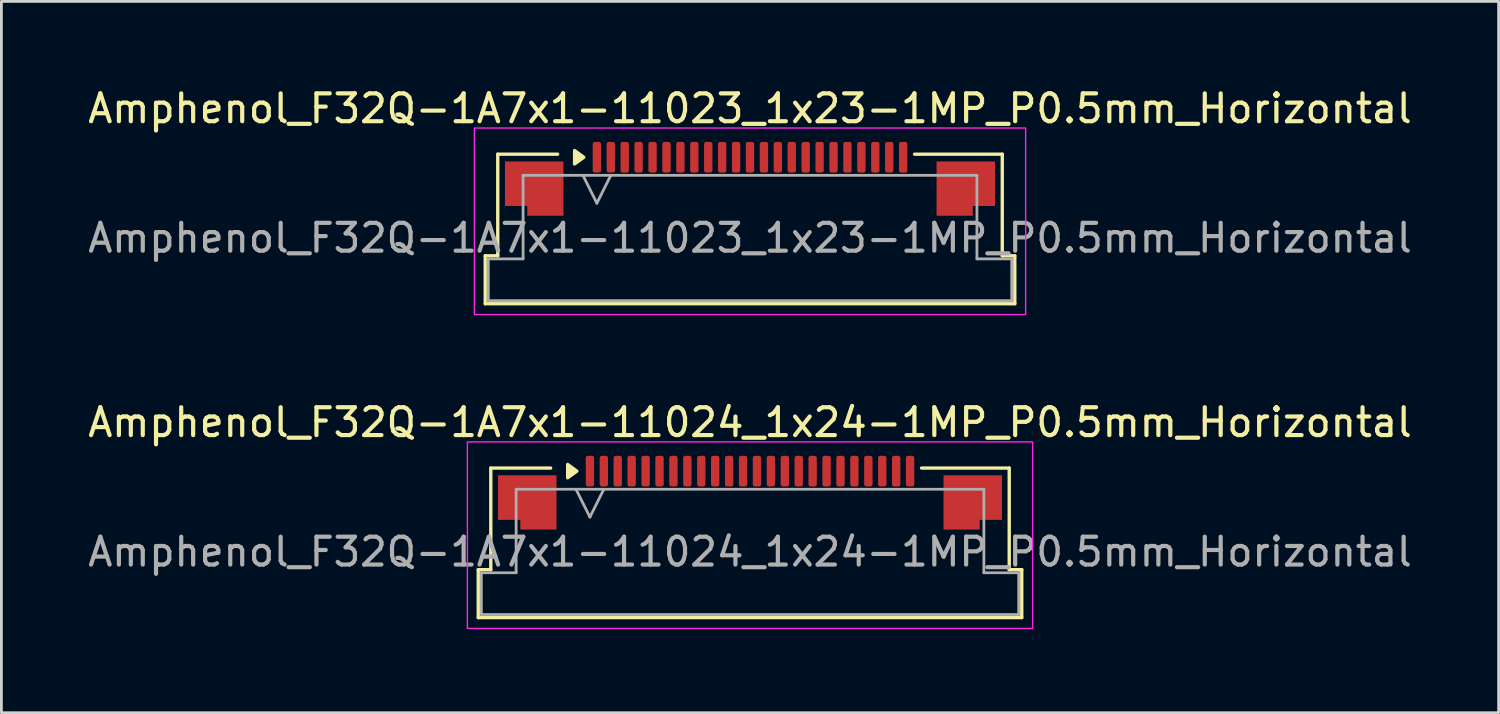
<source format=kicad_pcb>
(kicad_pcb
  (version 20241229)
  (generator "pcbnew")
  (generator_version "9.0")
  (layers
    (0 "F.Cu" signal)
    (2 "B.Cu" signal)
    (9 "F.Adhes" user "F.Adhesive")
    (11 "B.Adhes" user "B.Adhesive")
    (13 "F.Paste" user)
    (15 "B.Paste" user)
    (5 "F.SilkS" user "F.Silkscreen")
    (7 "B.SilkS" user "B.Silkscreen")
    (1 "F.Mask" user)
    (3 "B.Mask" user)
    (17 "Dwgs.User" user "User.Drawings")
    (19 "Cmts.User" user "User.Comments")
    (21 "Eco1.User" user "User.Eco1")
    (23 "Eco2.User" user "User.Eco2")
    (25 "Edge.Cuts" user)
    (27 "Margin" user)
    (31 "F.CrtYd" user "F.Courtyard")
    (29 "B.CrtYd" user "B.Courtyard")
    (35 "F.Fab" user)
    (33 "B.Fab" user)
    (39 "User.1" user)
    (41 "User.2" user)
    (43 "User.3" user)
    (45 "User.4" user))
  (footprint "Amphenol_F32Q-1A7x1-11024_1x24-1MP_P0.5mm_Horizontal"
    (layer "F.Cu")
    (at 23.887 16.771)
    (property "Reference" "Amphenol_F32Q-1A7x1-11024_1x24-1MP_P0.5mm_Horizontal" (at 0 -4.65 0) (layer "F.SilkS") (effects (font (size 1 1) (thickness 0.15))))
    (attr smd)
    (fp_line (start -9.76 0.64) (end -9.31 0.64) (stroke (width 0.12) (type solid)) (layer "F.SilkS"))
    (fp_line (start -9.76 2.36) (end -9.76 0.64) (stroke (width 0.12) (type solid)) (layer "F.SilkS"))
    (fp_line (start -9.31 -3.01) (end -7.16 -3.01) (stroke (width 0.12) (type solid)) (layer "F.SilkS"))
    (fp_line (start -9.31 0.64) (end -9.31 -3.01) (stroke (width 0.12) (type solid)) (layer "F.SilkS"))
    (fp_line (start 6.16 -3.01) (end 9.31 -3.01) (stroke (width 0.12) (type solid)) (layer "F.SilkS"))
    (fp_line (start 9.31 -3.01) (end 9.31 0.64) (stroke (width 0.12) (type solid)) (layer "F.SilkS"))
    (fp_line (start 9.31 0.64) (end 9.76 0.64) (stroke (width 0.12) (type solid)) (layer "F.SilkS"))
    (fp_line (start 9.76 0.64) (end 9.76 2.36) (stroke (width 0.12) (type solid)) (layer "F.SilkS"))
    (fp_line (start 9.76 2.36) (end -9.76 2.36) (stroke (width 0.12) (type solid)) (layer "F.SilkS"))
    (fp_poly (pts (xy -6.22 -2.9) (xy -6.55 -2.66) (xy -6.55 -3.14)) (stroke (width 0.12) (type solid)) (fill yes) (layer "F.SilkS"))
    (fp_rect (start -10.15 -3.95) (end 10.15 2.75) (stroke (width 0.05) (type solid)) (fill no) (layer "F.CrtYd"))
    (fp_line (start -9.65 0.75) (end -8.4 0.75) (stroke (width 0.1) (type solid)) (layer "F.Fab"))
    (fp_line (start -9.65 2.25) (end -9.65 0.75) (stroke (width 0.1) (type solid)) (layer "F.Fab"))
    (fp_line (start -8.4 -2.25) (end 8.4 -2.25) (stroke (width 0.1) (type solid)) (layer "F.Fab"))
    (fp_line (start -8.4 0.75) (end -8.4 -2.25) (stroke (width 0.1) (type solid)) (layer "F.Fab"))
    (fp_line (start -6.25 -2.25) (end -5.75 -1.25) (stroke (width 0.1) (type solid)) (layer "F.Fab"))
    (fp_line (start -5.75 -1.25) (end -5.25 -2.25) (stroke (width 0.1) (type solid)) (layer "F.Fab"))
    (fp_line (start 8.4 -2.25) (end 8.4 0.75) (stroke (width 0.1) (type solid)) (layer "F.Fab"))
    (fp_line (start 8.4 0.75) (end 9.65 0.75) (stroke (width 0.1) (type solid)) (layer "F.Fab"))
    (fp_line (start 9.65 0.75) (end 9.65 2.25) (stroke (width 0.1) (type solid)) (layer "F.Fab"))
    (fp_line (start 9.65 2.25) (end -9.65 2.25) (stroke (width 0.1) (type solid)) (layer "F.Fab"))
    (fp_text user "${REFERENCE}" (at 0 0 0) (layer "F.Fab") (effects (font (size 1 1) (thickness 0.15))))
    (pad "1" smd roundrect (at -5.75 -2.9) (size 0.3 1.1) (layers "F.Cu" "F.Mask" "F.Paste") (roundrect_rratio 0.25))
    (pad "2" smd roundrect (at -5.25 -2.9) (size 0.3 1.1) (layers "F.Cu" "F.Mask" "F.Paste") (roundrect_rratio 0.25))
    (pad "3" smd roundrect (at -4.75 -2.9) (size 0.3 1.1) (layers "F.Cu" "F.Mask" "F.Paste") (roundrect_rratio 0.25))
    (pad "4" smd roundrect (at -4.25 -2.9) (size 0.3 1.1) (layers "F.Cu" "F.Mask" "F.Paste") (roundrect_rratio 0.25))
    (pad "5" smd roundrect (at -3.75 -2.9) (size 0.3 1.1) (layers "F.Cu" "F.Mask" "F.Paste") (roundrect_rratio 0.25))
    (pad "6" smd roundrect (at -3.25 -2.9) (size 0.3 1.1) (layers "F.Cu" "F.Mask" "F.Paste") (roundrect_rratio 0.25))
    (pad "7" smd roundrect (at -2.75 -2.9) (size 0.3 1.1) (layers "F.Cu" "F.Mask" "F.Paste") (roundrect_rratio 0.25))
    (pad "8" smd roundrect (at -2.25 -2.9) (size 0.3 1.1) (layers "F.Cu" "F.Mask" "F.Paste") (roundrect_rratio 0.25))
    (pad "9" smd roundrect (at -1.75 -2.9) (size 0.3 1.1) (layers "F.Cu" "F.Mask" "F.Paste") (roundrect_rratio 0.25))
    (pad "10" smd roundrect (at -1.25 -2.9) (size 0.3 1.1) (layers "F.Cu" "F.Mask" "F.Paste") (roundrect_rratio 0.25))
    (pad "11" smd roundrect (at -0.75 -2.9) (size 0.3 1.1) (layers "F.Cu" "F.Mask" "F.Paste") (roundrect_rratio 0.25))
    (pad "12" smd roundrect (at -0.25 -2.9) (size 0.3 1.1) (layers "F.Cu" "F.Mask" "F.Paste") (roundrect_rratio 0.25))
    (pad "13" smd roundrect (at 0.25 -2.9) (size 0.3 1.1) (layers "F.Cu" "F.Mask" "F.Paste") (roundrect_rratio 0.25))
    (pad "14" smd roundrect (at 0.75 -2.9) (size 0.3 1.1) (layers "F.Cu" "F.Mask" "F.Paste") (roundrect_rratio 0.25))
    (pad "15" smd roundrect (at 1.25 -2.9) (size 0.3 1.1) (layers "F.Cu" "F.Mask" "F.Paste") (roundrect_rratio 0.25))
    (pad "16" smd roundrect (at 1.75 -2.9) (size 0.3 1.1) (layers "F.Cu" "F.Mask" "F.Paste") (roundrect_rratio 0.25))
    (pad "17" smd roundrect (at 2.25 -2.9) (size 0.3 1.1) (layers "F.Cu" "F.Mask" "F.Paste") (roundrect_rratio 0.25))
    (pad "18" smd roundrect (at 2.75 -2.9) (size 0.3 1.1) (layers "F.Cu" "F.Mask" "F.Paste") (roundrect_rratio 0.25))
    (pad "19" smd roundrect (at 3.25 -2.9) (size 0.3 1.1) (layers "F.Cu" "F.Mask" "F.Paste") (roundrect_rratio 0.25))
    (pad "20" smd roundrect (at 3.75 -2.9) (size 0.3 1.1) (layers "F.Cu" "F.Mask" "F.Paste") (roundrect_rratio 0.25))
    (pad "21" smd roundrect (at 4.25 -2.9) (size 0.3 1.1) (layers "F.Cu" "F.Mask" "F.Paste") (roundrect_rratio 0.25))
    (pad "22" smd roundrect (at 4.75 -2.9) (size 0.3 1.1) (layers "F.Cu" "F.Mask" "F.Paste") (roundrect_rratio 0.25))
    (pad "23" smd roundrect (at 5.25 -2.9) (size 0.3 1.1) (layers "F.Cu" "F.Mask" "F.Paste") (roundrect_rratio 0.25))
    (pad "24" smd roundrect (at 5.75 -2.9) (size 0.3 1.1) (layers "F.Cu" "F.Mask" "F.Paste") (roundrect_rratio 0.25))
    (pad "MP" smd custom (at -8 -1.775) (size 1 1) (layers "F.Cu" "F.Mask" "F.Paste") (options (anchor circle)) (primitives (gr_poly (pts (xy 1.05 -0.975) (xy 1.05 0.975) (xy -0.25 0.975) (xy -0.25 0.625) (xy -1.05 0.625) (xy -1.05 -0.975)) (width 0) (fill yes))))
    (pad "MP" smd custom (at 8 -1.775) (size 1 1) (layers "F.Cu" "F.Mask" "F.Paste") (options (anchor circle)) (primitives (gr_poly (pts (xy -1.05 -0.975) (xy -1.05 0.975) (xy 0.25 0.975) (xy 0.25 0.625) (xy 1.05 0.625) (xy 1.05 -0.975)) (width 0) (fill yes)))))
  (footprint "Amphenol_F32Q-1A7x1-11023_1x23-1MP_P0.5mm_Horizontal"
    (layer "F.Cu")
    (at 23.887 5.498)
    (property "Reference" "Amphenol_F32Q-1A7x1-11023_1x23-1MP_P0.5mm_Horizontal" (at 0 -4.65 0) (layer "F.SilkS") (effects (font (size 1 1) (thickness 0.15))))
    (attr smd)
    (fp_line (start -9.51 0.64) (end -9.06 0.64) (stroke (width 0.12) (type solid)) (layer "F.SilkS"))
    (fp_line (start -9.51 2.36) (end -9.51 0.64) (stroke (width 0.12) (type solid)) (layer "F.SilkS"))
    (fp_line (start -9.06 -3.01) (end -6.91 -3.01) (stroke (width 0.12) (type solid)) (layer "F.SilkS"))
    (fp_line (start -9.06 0.64) (end -9.06 -3.01) (stroke (width 0.12) (type solid)) (layer "F.SilkS"))
    (fp_line (start 5.91 -3.01) (end 9.06 -3.01) (stroke (width 0.12) (type solid)) (layer "F.SilkS"))
    (fp_line (start 9.06 -3.01) (end 9.06 0.64) (stroke (width 0.12) (type solid)) (layer "F.SilkS"))
    (fp_line (start 9.06 0.64) (end 9.51 0.64) (stroke (width 0.12) (type solid)) (layer "F.SilkS"))
    (fp_line (start 9.51 0.64) (end 9.51 2.36) (stroke (width 0.12) (type solid)) (layer "F.SilkS"))
    (fp_line (start 9.51 2.36) (end -9.51 2.36) (stroke (width 0.12) (type solid)) (layer "F.SilkS"))
    (fp_poly (pts (xy -5.97 -2.9) (xy -6.3 -2.66) (xy -6.3 -3.14)) (stroke (width 0.12) (type solid)) (fill yes) (layer "F.SilkS"))
    (fp_rect (start -9.9 -3.95) (end 9.9 2.75) (stroke (width 0.05) (type solid)) (fill no) (layer "F.CrtYd"))
    (fp_line (start -9.4 0.75) (end -8.15 0.75) (stroke (width 0.1) (type solid)) (layer "F.Fab"))
    (fp_line (start -9.4 2.25) (end -9.4 0.75) (stroke (width 0.1) (type solid)) (layer "F.Fab"))
    (fp_line (start -8.15 -2.25) (end 8.15 -2.25) (stroke (width 0.1) (type solid)) (layer "F.Fab"))
    (fp_line (start -8.15 0.75) (end -8.15 -2.25) (stroke (width 0.1) (type solid)) (layer "F.Fab"))
    (fp_line (start -6 -2.25) (end -5.5 -1.25) (stroke (width 0.1) (type solid)) (layer "F.Fab"))
    (fp_line (start -5.5 -1.25) (end -5 -2.25) (stroke (width 0.1) (type solid)) (layer "F.Fab"))
    (fp_line (start 8.15 -2.25) (end 8.15 0.75) (stroke (width 0.1) (type solid)) (layer "F.Fab"))
    (fp_line (start 8.15 0.75) (end 9.4 0.75) (stroke (width 0.1) (type solid)) (layer "F.Fab"))
    (fp_line (start 9.4 0.75) (end 9.4 2.25) (stroke (width 0.1) (type solid)) (layer "F.Fab"))
    (fp_line (start 9.4 2.25) (end -9.4 2.25) (stroke (width 0.1) (type solid)) (layer "F.Fab"))
    (fp_text user "${REFERENCE}" (at 0 0 0) (layer "F.Fab") (effects (font (size 1 1) (thickness 0.15))))
    (pad "1" smd roundrect (at -5.5 -2.9) (size 0.3 1.1) (layers "F.Cu" "F.Mask" "F.Paste") (roundrect_rratio 0.25))
    (pad "2" smd roundrect (at -5 -2.9) (size 0.3 1.1) (layers "F.Cu" "F.Mask" "F.Paste") (roundrect_rratio 0.25))
    (pad "3" smd roundrect (at -4.5 -2.9) (size 0.3 1.1) (layers "F.Cu" "F.Mask" "F.Paste") (roundrect_rratio 0.25))
    (pad "4" smd roundrect (at -4 -2.9) (size 0.3 1.1) (layers "F.Cu" "F.Mask" "F.Paste") (roundrect_rratio 0.25))
    (pad "5" smd roundrect (at -3.5 -2.9) (size 0.3 1.1) (layers "F.Cu" "F.Mask" "F.Paste") (roundrect_rratio 0.25))
    (pad "6" smd roundrect (at -3 -2.9) (size 0.3 1.1) (layers "F.Cu" "F.Mask" "F.Paste") (roundrect_rratio 0.25))
    (pad "7" smd roundrect (at -2.5 -2.9) (size 0.3 1.1) (layers "F.Cu" "F.Mask" "F.Paste") (roundrect_rratio 0.25))
    (pad "8" smd roundrect (at -2 -2.9) (size 0.3 1.1) (layers "F.Cu" "F.Mask" "F.Paste") (roundrect_rratio 0.25))
    (pad "9" smd roundrect (at -1.5 -2.9) (size 0.3 1.1) (layers "F.Cu" "F.Mask" "F.Paste") (roundrect_rratio 0.25))
    (pad "10" smd roundrect (at -1 -2.9) (size 0.3 1.1) (layers "F.Cu" "F.Mask" "F.Paste") (roundrect_rratio 0.25))
    (pad "11" smd roundrect (at -0.5 -2.9) (size 0.3 1.1) (layers "F.Cu" "F.Mask" "F.Paste") (roundrect_rratio 0.25))
    (pad "12" smd roundrect (at 0 -2.9) (size 0.3 1.1) (layers "F.Cu" "F.Mask" "F.Paste") (roundrect_rratio 0.25))
    (pad "13" smd roundrect (at 0.5 -2.9) (size 0.3 1.1) (layers "F.Cu" "F.Mask" "F.Paste") (roundrect_rratio 0.25))
    (pad "14" smd roundrect (at 1 -2.9) (size 0.3 1.1) (layers "F.Cu" "F.Mask" "F.Paste") (roundrect_rratio 0.25))
    (pad "15" smd roundrect (at 1.5 -2.9) (size 0.3 1.1) (layers "F.Cu" "F.Mask" "F.Paste") (roundrect_rratio 0.25))
    (pad "16" smd roundrect (at 2 -2.9) (size 0.3 1.1) (layers "F.Cu" "F.Mask" "F.Paste") (roundrect_rratio 0.25))
    (pad "17" smd roundrect (at 2.5 -2.9) (size 0.3 1.1) (layers "F.Cu" "F.Mask" "F.Paste") (roundrect_rratio 0.25))
    (pad "18" smd roundrect (at 3 -2.9) (size 0.3 1.1) (layers "F.Cu" "F.Mask" "F.Paste") (roundrect_rratio 0.25))
    (pad "19" smd roundrect (at 3.5 -2.9) (size 0.3 1.1) (layers "F.Cu" "F.Mask" "F.Paste") (roundrect_rratio 0.25))
    (pad "20" smd roundrect (at 4 -2.9) (size 0.3 1.1) (layers "F.Cu" "F.Mask" "F.Paste") (roundrect_rratio 0.25))
    (pad "21" smd roundrect (at 4.5 -2.9) (size 0.3 1.1) (layers "F.Cu" "F.Mask" "F.Paste") (roundrect_rratio 0.25))
    (pad "22" smd roundrect (at 5 -2.9) (size 0.3 1.1) (layers "F.Cu" "F.Mask" "F.Paste") (roundrect_rratio 0.25))
    (pad "23" smd roundrect (at 5.5 -2.9) (size 0.3 1.1) (layers "F.Cu" "F.Mask" "F.Paste") (roundrect_rratio 0.25))
    (pad "MP" smd custom (at -7.75 -1.775) (size 1 1) (layers "F.Cu" "F.Mask" "F.Paste") (options (anchor circle)) (primitives (gr_poly (pts (xy 1.05 -0.975) (xy 1.05 0.975) (xy -0.25 0.975) (xy -0.25 0.625) (xy -1.05 0.625) (xy -1.05 -0.975)) (width 0) (fill yes))))
    (pad "MP" smd custom (at 7.75 -1.775) (size 1 1) (layers "F.Cu" "F.Mask" "F.Paste") (options (anchor circle)) (primitives (gr_poly (pts (xy -1.05 -0.975) (xy -1.05 0.975) (xy 0.25 0.975) (xy 0.25 0.625) (xy 1.05 0.625) (xy 1.05 -0.975)) (width 0) (fill yes)))))
  (gr_rect
    (start -3 -3)
    (end 50.774 22.547)
    (stroke (width 0.1) (type default))
    (fill no)
    (layer "Edge.Cuts")))
</source>
